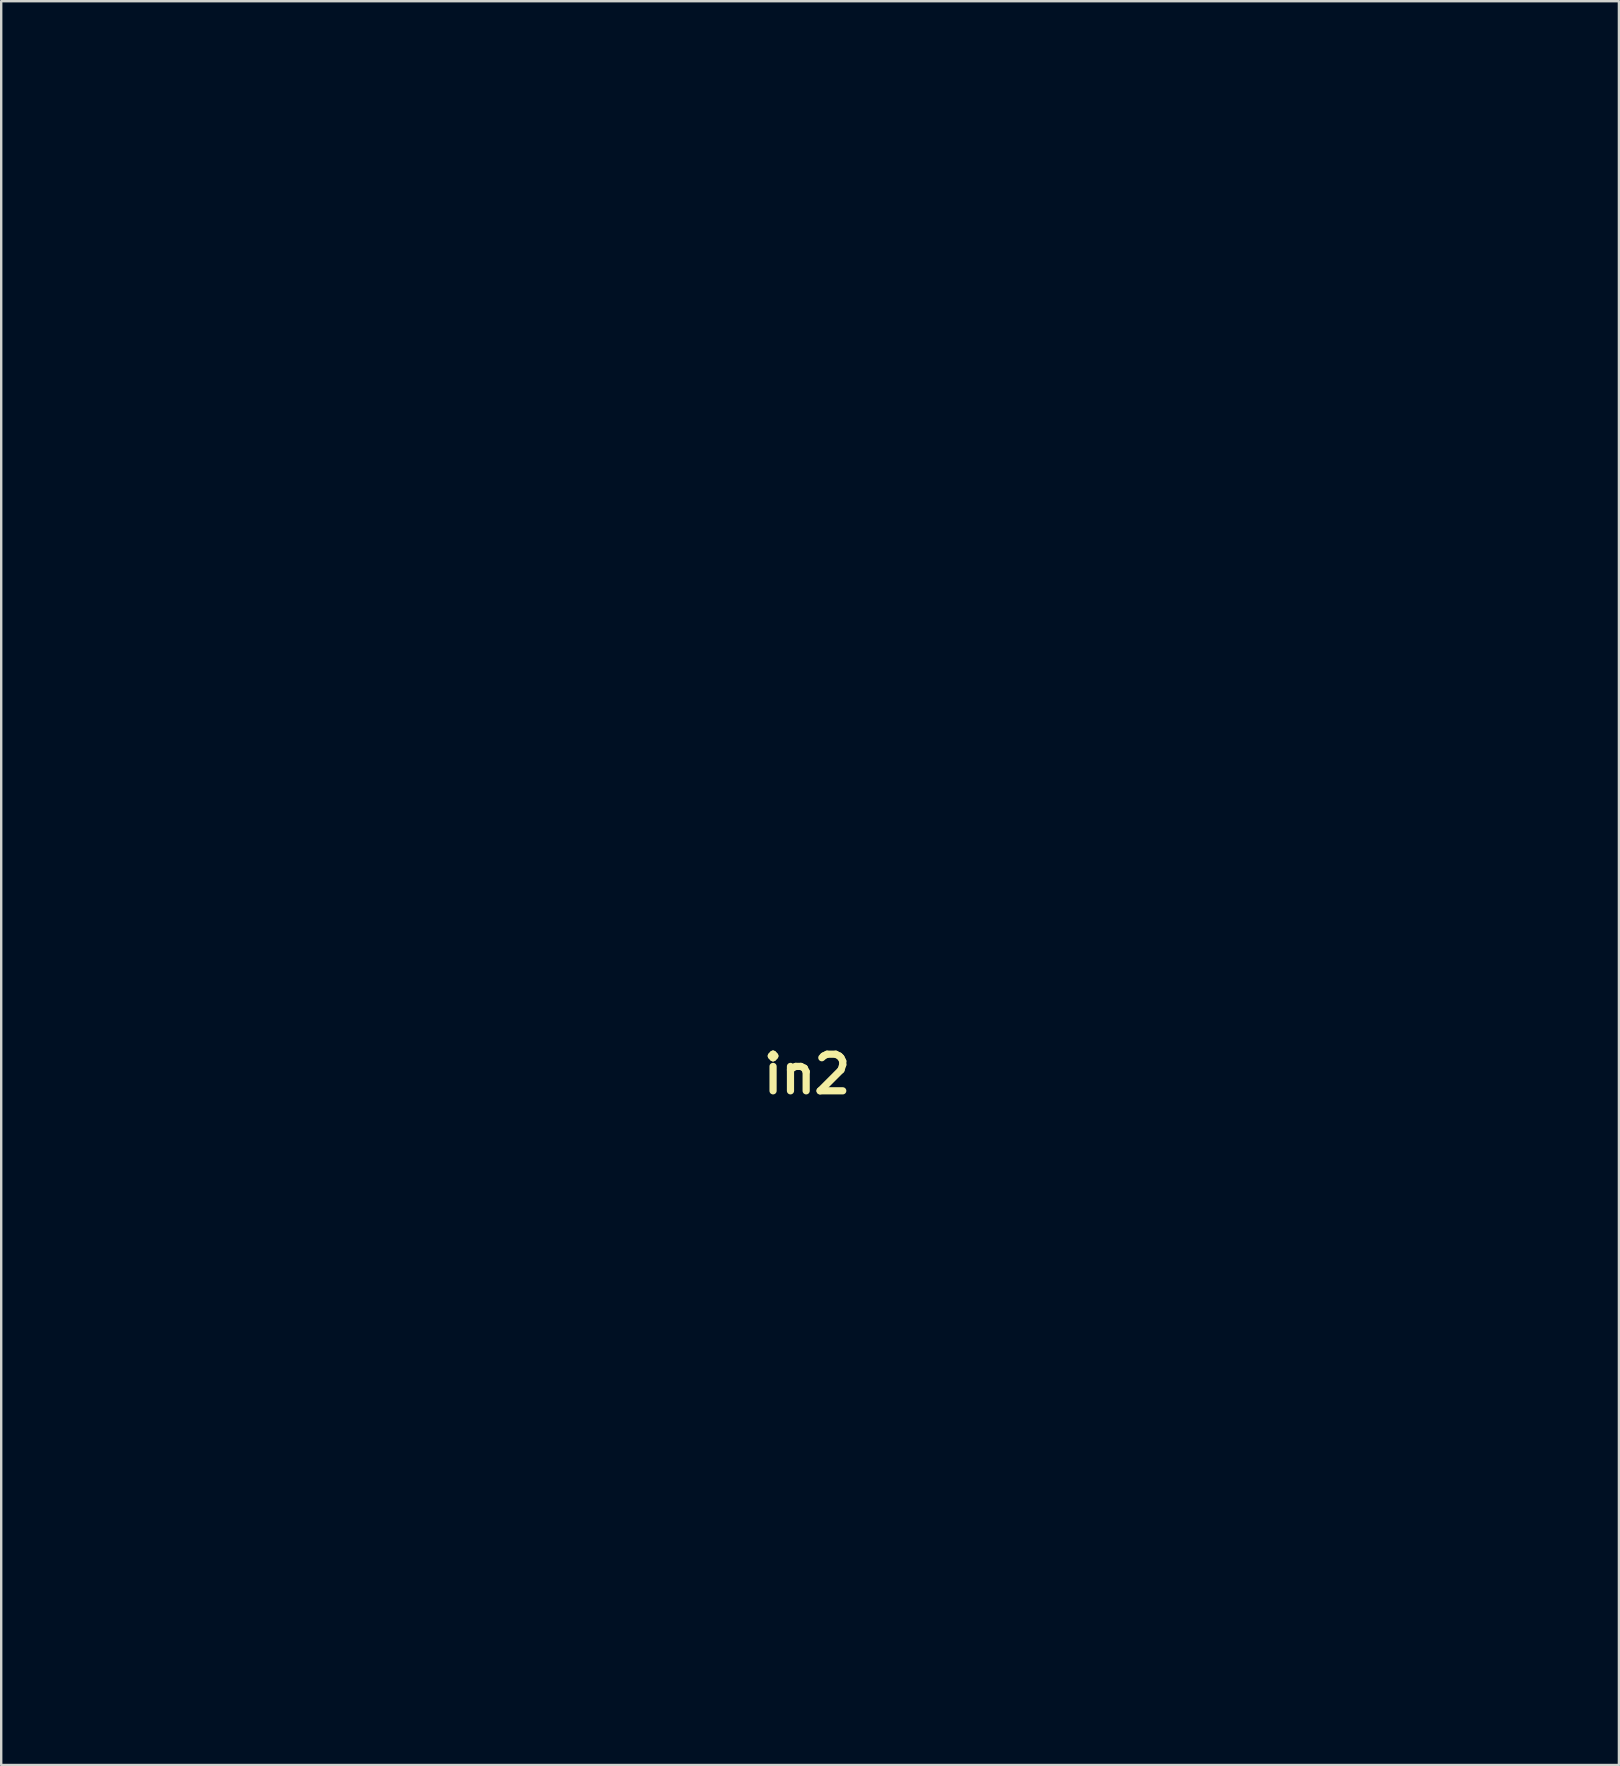
<source format=kicad_pcb>
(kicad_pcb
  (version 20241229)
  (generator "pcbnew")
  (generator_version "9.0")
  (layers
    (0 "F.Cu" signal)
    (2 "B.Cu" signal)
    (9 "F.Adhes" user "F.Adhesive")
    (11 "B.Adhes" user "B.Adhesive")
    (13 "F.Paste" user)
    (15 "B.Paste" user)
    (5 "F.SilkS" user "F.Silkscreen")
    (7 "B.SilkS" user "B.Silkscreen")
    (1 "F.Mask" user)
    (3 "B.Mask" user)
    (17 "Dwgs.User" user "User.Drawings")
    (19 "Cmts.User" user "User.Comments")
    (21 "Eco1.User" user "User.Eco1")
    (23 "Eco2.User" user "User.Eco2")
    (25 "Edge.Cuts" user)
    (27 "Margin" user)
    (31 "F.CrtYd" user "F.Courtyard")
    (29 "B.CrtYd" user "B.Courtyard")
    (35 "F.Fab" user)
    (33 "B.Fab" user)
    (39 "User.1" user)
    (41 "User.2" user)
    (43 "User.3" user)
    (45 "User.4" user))
  (footprint "in2"
    (layer "F.Cu")
    (at 30.57 41.703)
    (property "Reference" "in2" (at 0 0 0) (layer "F.SilkS") (effects (font (size 1.524 1.524) (thickness 0.3))))
    (attr through_hole)
    (fp_poly (pts (xy 13.599 6.992) (xy 13.609 6.997) (xy 13.732 7.094) (xy 13.794 7.223) (xy 13.792 7.361) (xy 13.725 7.485) (xy 13.633 7.556) (xy 13.508 7.608) (xy 13.407 7.608) (xy 13.286 7.556) (xy 13.283 7.554) (xy 13.172 7.453) (xy 13.125 7.322) (xy 13.142 7.184) (xy 13.221 7.062) (xy 13.315 6.997) (xy 13.419 6.954) (xy 13.498 6.953) (xy 13.599 6.992)) (stroke (width 0.01) (type solid)) (fill yes) (layer "In2.Cu"))
    (fp_poly (pts (xy 25.813 -36.692) (xy 30.819 -31.686) (xy 30.819 15.007) (xy 26.194 19.632) (xy 21.568 24.257) (xy -20.171 24.257) (xy -29.803 14.626) (xy -29.803 -31.305) (xy -20.171 -40.936) (xy 20.425 -40.936) (xy 25.241 -36.121) (xy 30.057 -31.305) (xy 30.057 14.626) (xy 21.187 23.495) (xy -19.79 23.495) (xy -29.041 14.245) (xy -29.041 -30.924) (xy -19.79 -40.174) (xy 20.044 -40.174) (xy 24.67 -35.549) (xy 29.295 -30.924) (xy 29.295 -8.34) (xy 29.295 14.245) (xy 25.051 18.489) (xy 20.806 22.733) (xy -19.409 22.733) (xy -28.279 13.864) (xy -28.279 -30.543) (xy -19.409 -39.412) (xy 19.663 -39.412) (xy 28.533 -30.543) (xy 28.533 13.864) (xy 24.479 17.917) (xy 20.425 21.971) (xy -19.028 21.971) (xy -27.517 13.483) (xy -27.517 -30.162) (xy -19.028 -38.65) (xy 19.282 -38.65) (xy 23.527 -34.406) (xy 27.771 -30.162) (xy 27.771 13.483) (xy 23.907 17.346) (xy 20.044 21.209) (xy -18.647 21.209) (xy -26.755 13.102) (xy -26.755 -29.781) (xy -18.647 -37.888) (xy 18.901 -37.888) (xy 22.955 -33.835) (xy 27.009 -29.781) (xy 27.009 13.102) (xy 23.336 16.774) (xy 19.663 20.447) (xy -18.266 20.447) (xy -22.129 16.584) (xy -25.993 12.721) (xy -25.993 -29.4) (xy -22.129 -33.263) (xy -18.266 -37.126) (xy 18.52 -37.126) (xy 26.247 -29.4) (xy 26.247 -8.34) (xy 26.247 12.721) (xy 19.282 19.685) (xy -17.885 19.685) (xy -25.231 12.34) (xy -25.231 -29.019) (xy -17.885 -36.364) (xy 18.139 -36.364) (xy 21.812 -32.692) (xy 25.485 -29.019) (xy 25.485 12.34) (xy 18.901 18.923) (xy -17.504 18.923) (xy -24.469 11.959) (xy -24.469 -28.638) (xy -17.504 -35.602) (xy 17.758 -35.602) (xy 24.723 -28.638) (xy 24.723 11.959) (xy 21.621 15.06) (xy 18.52 18.161) (xy -17.123 18.161) (xy -23.707 11.578) (xy -23.707 -28.257) (xy -17.123 -34.84) (xy 17.377 -34.84) (xy 23.961 -28.257) (xy 23.961 11.577) (xy 21.05 14.488) (xy 18.139 17.399) (xy -16.742 17.399) (xy -22.945 11.197) (xy -22.945 -27.876) (xy -16.742 -34.078) (xy 16.996 -34.078) (xy 20.097 -30.977) (xy 23.199 -27.876) (xy 23.199 11.196) (xy 17.758 16.637) (xy -16.361 16.637) (xy -22.183 10.815) (xy -22.183 -27.495) (xy -16.361 -33.316) (xy 16.615 -33.316) (xy 19.526 -30.406) (xy 22.437 -27.495) (xy 22.437 10.815) (xy 17.377 15.875) (xy -15.98 15.875) (xy -21.421 10.434) (xy -21.421 -27.114) (xy -15.98 -32.554) (xy 16.234 -32.554) (xy 21.675 -27.114) (xy 21.675 10.434) (xy 19.335 12.774) (xy 16.996 15.113) (xy -15.599 15.113) (xy -20.659 10.053) (xy -20.659 -26.733) (xy -15.599 -31.792) (xy 15.853 -31.792) (xy 20.913 -26.733) (xy 20.913 10.053) (xy 18.764 12.202) (xy 16.615 14.351) (xy -15.218 14.351) (xy -17.557 12.012) (xy -19.897 9.672) (xy -19.897 -26.352) (xy -17.557 -28.691) (xy -15.218 -31.03) (xy 15.472 -31.03) (xy 17.811 -28.691) (xy 20.151 -26.352) (xy 20.151 9.672) (xy 18.192 11.631) (xy 16.234 13.589) (xy -14.837 13.589) (xy -16.986 11.44) (xy -19.135 9.291) (xy -19.135 -25.971) (xy -16.986 -28.119) (xy -14.837 -30.268) (xy 15.091 -30.268) (xy 17.24 -28.119) (xy 19.389 -25.971) (xy 19.389 9.291) (xy 17.621 11.059) (xy 15.853 12.827) (xy -14.456 12.827) (xy -18.373 8.91) (xy -18.373 -25.589) (xy -14.456 -29.506) (xy 14.71 -29.506) (xy 16.668 -27.548) (xy 18.627 -25.589) (xy 18.627 8.91) (xy 15.472 12.065) (xy -14.075 12.065) (xy -15.843 10.297) (xy -17.611 8.529) (xy -17.611 -25.208) (xy -15.843 -26.976) (xy -14.075 -28.744) (xy 14.329 -28.744) (xy 16.097 -26.976) (xy 17.865 -25.208) (xy 17.865 8.529) (xy 16.478 9.916) (xy 15.09 11.303) (xy -13.694 11.303) (xy -16.849 8.148) (xy -16.849 -24.827) (xy -13.694 -27.982) (xy 13.948 -27.982) (xy 17.103 -24.827) (xy 17.103 8.148) (xy 14.709 10.541) (xy -13.312 10.541) (xy -14.7 9.154) (xy -16.087 7.767) (xy -16.087 -24.446) (xy -14.7 -25.833) (xy -13.312 -27.22) (xy 13.566 -27.22) (xy 14.954 -25.833) (xy 16.341 -24.446) (xy 16.341 7.766) (xy 15.334 8.773) (xy 14.328 9.779) (xy -12.931 9.779) (xy -15.325 7.386) (xy -15.325 -24.065) (xy -12.931 -26.458) (xy 13.185 -26.458) (xy 15.579 -24.065) (xy 15.579 7.385) (xy 13.946 9.017) (xy -12.55 9.017) (xy -14.563 7.004) (xy -14.563 -23.684) (xy -12.55 -25.696) (xy 11.277 -25.696) (xy 12.169 -24.816) (xy 12.427 -24.563) (xy 12.662 -24.34) (xy 12.866 -24.151) (xy 13.033 -24.004) (xy 13.154 -23.906) (xy 13.217 -23.865) (xy 13.35 -23.768) (xy 13.415 -23.641) (xy 13.413 -23.505) (xy 13.343 -23.379) (xy 13.228 -23.295) (xy 13.124 -23.252) (xy 13.045 -23.251) (xy 12.944 -23.291) (xy 12.934 -23.295) (xy 12.805 -23.39) (xy 12.76 -23.483) (xy 12.718 -23.556) (xy 12.616 -23.683) (xy 12.454 -23.864) (xy 12.235 -24.097) (xy 11.959 -24.379) (xy 11.902 -24.437) (xy 11.071 -25.273) (xy -12.341 -25.273) (xy -13.24 -24.373) (xy -14.139 -23.473) (xy -14.139 6.795) (xy -13.239 7.694) (xy -12.339 8.594) (xy 13.738 8.594) (xy 14.447 7.884) (xy 15.155 7.175) (xy 15.155 -23.855) (xy 12.975 -26.035) (xy -12.722 -26.035) (xy -13.812 -24.945) (xy -14.901 -23.854) (xy -14.901 -8.339) (xy -14.901 7.176) (xy -13.811 8.266) (xy -12.721 9.356) (xy 14.119 9.356) (xy 15.018 8.456) (xy 15.917 7.556) (xy 15.917 -24.236) (xy 14.636 -25.517) (xy 13.356 -26.797) (xy -13.103 -26.797) (xy -14.383 -25.516) (xy -15.663 -24.235) (xy -15.663 -8.339) (xy -15.663 7.557) (xy -14.382 8.837) (xy -13.102 10.118) (xy 14.5 10.118) (xy 16.679 7.937) (xy 16.679 -24.617) (xy 15.208 -26.088) (xy 13.737 -27.559) (xy -13.484 -27.559) (xy -16.425 -24.616) (xy -16.425 7.938) (xy -14.954 9.409) (xy -13.483 10.88) (xy 14.881 10.88) (xy 16.161 9.599) (xy 17.441 8.318) (xy 17.441 -24.998) (xy 15.78 -26.66) (xy 14.118 -28.321) (xy -13.865 -28.321) (xy -15.526 -26.659) (xy -17.187 -24.997) (xy -17.187 -8.339) (xy -17.187 8.319) (xy -15.526 9.98) (xy -13.864 11.642) (xy 15.262 11.642) (xy 16.732 10.17) (xy 18.203 8.699) (xy 18.203 -25.379) (xy 16.351 -27.231) (xy 14.499 -29.083) (xy -14.246 -29.083) (xy -17.949 -25.378) (xy -17.949 -8.339) (xy -17.949 8.7) (xy -16.097 10.552) (xy -14.245 12.404) (xy 15.643 12.404) (xy 17.304 10.742) (xy 18.965 9.08) (xy 18.965 -25.76) (xy 16.923 -27.803) (xy 14.88 -29.845) (xy -14.626 -29.845) (xy -16.669 -27.802) (xy -18.711 -25.76) (xy -18.711 -8.339) (xy -18.711 9.081) (xy -14.626 13.166) (xy 16.024 13.166) (xy 19.727 9.461) (xy 19.727 -26.141) (xy 17.494 -28.374) (xy 15.261 -30.607) (xy -15.007 -30.607) (xy -19.473 -26.141) (xy -19.473 -8.339) (xy -19.473 9.462) (xy -17.24 11.695) (xy -15.007 13.928) (xy 16.404 13.928) (xy 18.447 11.885) (xy 20.489 9.842) (xy 20.489 -26.522) (xy 18.066 -28.946) (xy 15.642 -31.369) (xy -15.388 -31.369) (xy -17.812 -28.945) (xy -20.235 -26.522) (xy -20.235 -8.339) (xy -20.235 9.843) (xy -17.812 12.266) (xy -15.388 14.69) (xy 16.785 14.69) (xy 19.018 12.456) (xy 21.251 10.223) (xy 21.251 -26.903) (xy 18.637 -29.517) (xy 16.023 -32.131) (xy -15.769 -32.131) (xy -18.383 -29.517) (xy -20.997 -26.903) (xy -20.997 10.224) (xy -18.383 12.838) (xy -15.769 15.452) (xy 17.166 15.452) (xy 19.59 13.028) (xy 22.013 10.604) (xy 22.013 -27.284) (xy 19.209 -30.089) (xy 16.404 -32.893) (xy -16.15 -32.893) (xy -21.759 -27.284) (xy -21.759 -8.339) (xy -21.759 10.605) (xy -18.955 13.409) (xy -16.15 16.214) (xy 17.547 16.214) (xy 20.161 13.599) (xy 22.775 10.985) (xy 22.775 -27.665) (xy 19.78 -30.66) (xy 16.785 -33.655) (xy -16.531 -33.655) (xy -19.526 -30.66) (xy -22.521 -27.665) (xy -22.521 -8.339) (xy -22.521 10.986) (xy -19.526 13.981) (xy -16.531 16.976) (xy 17.928 16.976) (xy 23.537 11.366) (xy 23.537 -28.046) (xy 20.352 -31.232) (xy 17.166 -34.417) (xy -16.912 -34.417) (xy -23.283 -28.046) (xy -23.283 -8.339) (xy -23.283 11.367) (xy -20.098 14.552) (xy -16.912 17.738) (xy 18.309 17.738) (xy 21.304 14.742) (xy 24.299 11.747) (xy 24.299 -28.427) (xy 17.547 -35.179) (xy -17.293 -35.179) (xy -20.669 -31.803) (xy -24.045 -28.427) (xy -24.045 -8.339) (xy -24.045 11.748) (xy -20.669 15.124) (xy -17.293 18.5) (xy 18.69 18.5) (xy 25.061 12.128) (xy 25.061 -28.808) (xy 21.495 -32.375) (xy 17.928 -35.941) (xy -17.674 -35.941) (xy -24.807 -28.808) (xy -24.807 12.129) (xy -21.241 15.695) (xy -17.674 19.262) (xy 19.071 19.262) (xy 25.823 12.509) (xy 25.823 -29.189) (xy 18.309 -36.703) (xy -18.055 -36.703) (xy -25.569 -29.189) (xy -25.569 12.51) (xy -18.055 20.024) (xy 19.452 20.024) (xy 23.019 16.457) (xy 26.585 12.89) (xy 26.585 -29.57) (xy 22.638 -33.518) (xy 18.69 -37.465) (xy -18.436 -37.465) (xy -26.331 -29.57) (xy -26.331 12.891) (xy -22.384 16.838) (xy -18.436 20.786) (xy 19.833 20.786) (xy 27.347 13.271) (xy 27.347 -29.951) (xy 23.209 -34.089) (xy 19.071 -38.227) (xy -18.817 -38.227) (xy -22.955 -34.089) (xy -27.093 -29.951) (xy -27.093 -8.34) (xy -27.093 13.272) (xy -22.955 17.41) (xy -18.817 21.548) (xy 20.214 21.548) (xy 24.162 17.6) (xy 28.109 13.652) (xy 28.109 -30.332) (xy 23.781 -34.66) (xy 19.452 -38.989) (xy -19.198 -38.989) (xy -23.527 -34.66) (xy -27.855 -30.332) (xy -27.855 13.653) (xy -19.198 22.31) (xy 20.595 22.31) (xy 24.733 18.172) (xy 28.871 14.033) (xy 28.871 -30.713) (xy 19.833 -39.751) (xy -19.579 -39.751) (xy -24.098 -35.232) (xy -28.617 -30.713) (xy -28.617 14.034) (xy -24.098 18.553) (xy -19.579 23.072) (xy 20.976 23.072) (xy 25.305 18.743) (xy 29.633 14.414) (xy 29.633 -31.094) (xy 20.214 -40.513) (xy -19.96 -40.513) (xy -24.67 -35.803) (xy -29.379 -31.094) (xy -29.379 14.415) (xy -24.67 19.124) (xy -19.96 23.834) (xy 21.357 23.834) (xy 25.876 19.315) (xy 30.395 14.795) (xy 30.395 -31.475) (xy 25.495 -36.375) (xy 20.595 -41.275) (xy -20.341 -41.275) (xy -25.241 -36.375) (xy -30.141 -31.475) (xy -30.141 -8.34) (xy -30.141 14.796) (xy -20.341 24.596) (xy 16.094 24.596) (xy 16.355 24.84) (xy 16.498 24.965) (xy 16.641 25.075) (xy 16.756 25.148) (xy 16.773 25.157) (xy 16.902 25.252) (xy 16.968 25.379) (xy 16.97 25.515) (xy 16.907 25.64) (xy 16.808 25.717) (xy 16.683 25.769) (xy 16.582 25.769) (xy 16.461 25.717) (xy 16.458 25.715) (xy 16.363 25.631) (xy 16.315 25.537) (xy 16.272 25.446) (xy 16.186 25.326) (xy 16.094 25.22) (xy 15.899 25.019) (xy -20.552 25.019) (xy -25.559 20.013) (xy -30.565 15.007) (xy -30.565 -31.686) (xy -25.559 -36.692) (xy -20.552 -41.698) (xy 20.806 -41.698) (xy 25.813 -36.692)) (stroke (width 0.01) (type solid)) (fill yes) (layer "In2.Cu")))
  (gr_rect
    (start -3 -3)
    (end 64.393 70.477)
    (stroke (width 0.1) (type default))
    (fill no)
    (layer "Edge.Cuts")))
</source>
